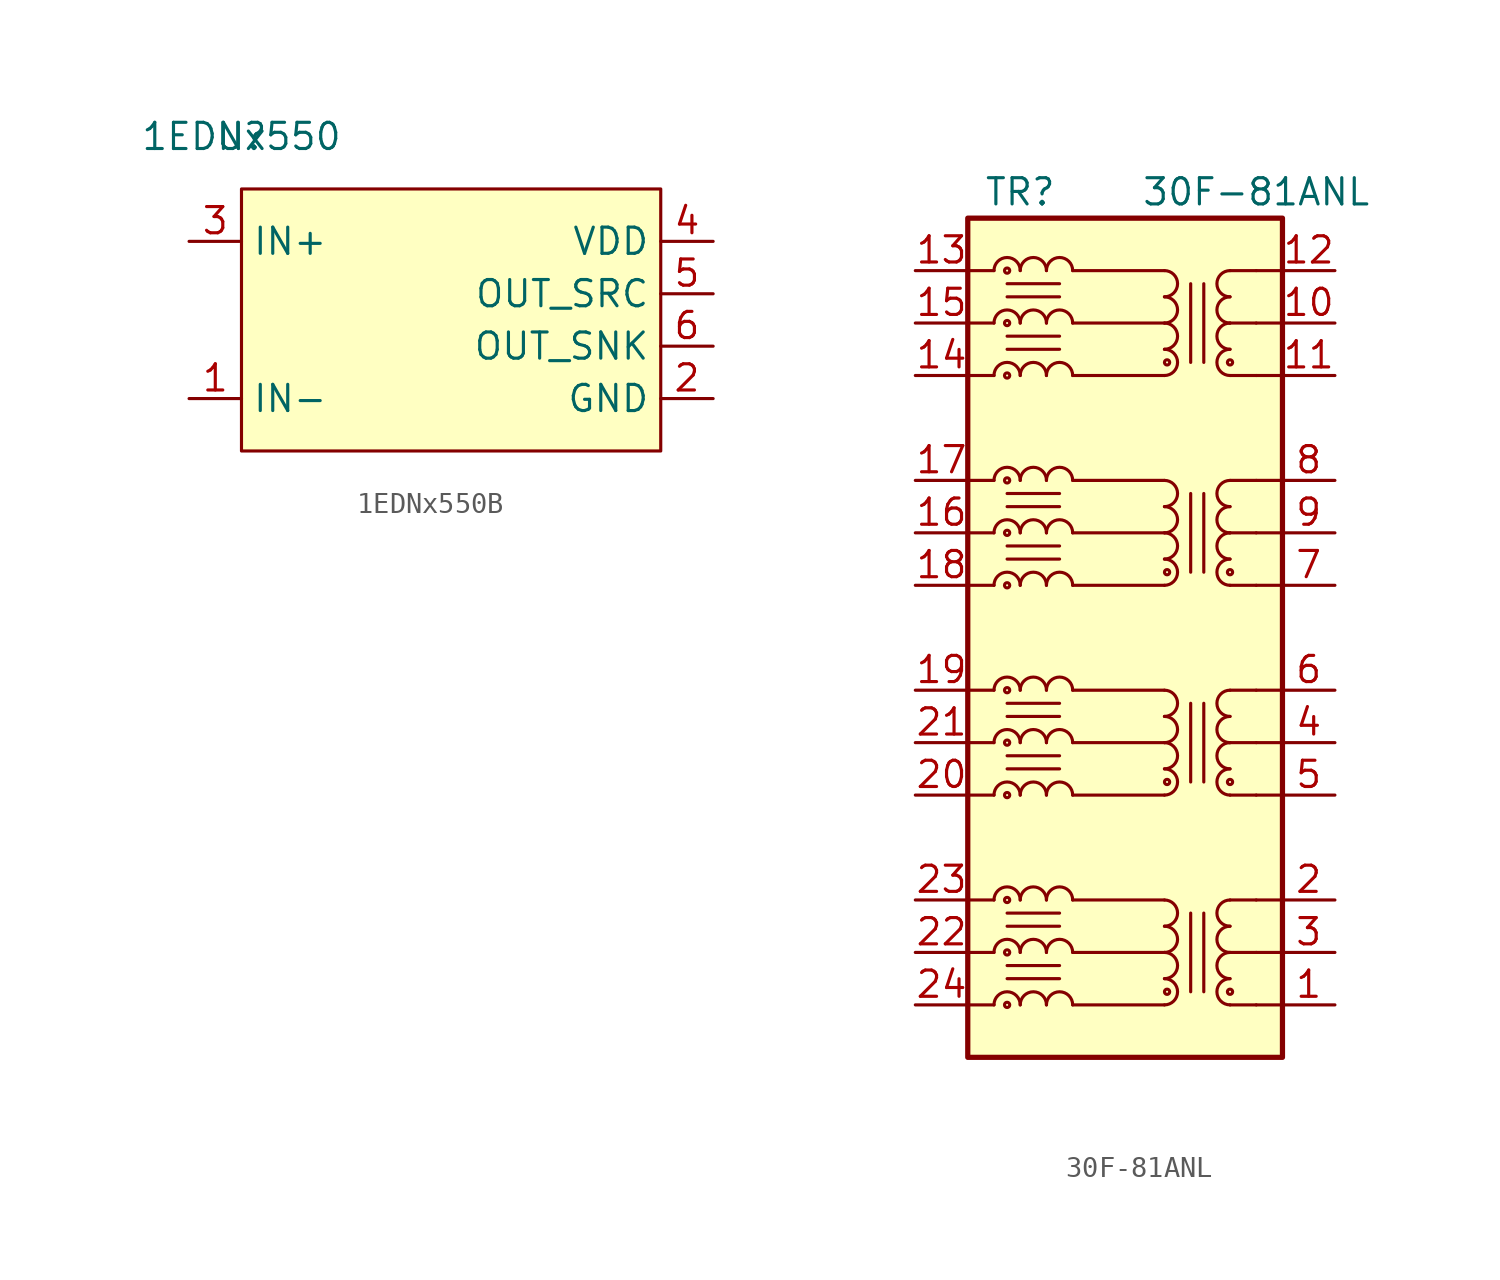
<source format=kicad_sym>
(kicad_symbol_lib
  (version 20231120)
  (generator "kicad_symbol_editor")
  (generator_version "8.0")
  (symbol "1EDNx550B"
    (property "Reference" "U"
      (at 0 0 0)
      (effects (font (size 1.27 1.27))))
    (property "Value" "1EDNx550"
      (at 0 0 0)
      (effects (font (size 1.27 1.27))))
    (symbol "1EDNx550B_0_1"
      (rectangle (start 0 -2.54) (end 20.32 -15.24) (stroke (width 0) (type default)) (fill (type background))))
    (symbol "1EDNx550B_1_1"
      (pin input line (at -2.54 -12.7 0) (length 2.54) (name "IN-" (effects (font (size 1.27 1.27)))) (number "1" (effects (font (size 1.27 1.27)))))
      (pin passive line (at 22.86 -12.7 180) (length 2.54) (name "GND" (effects (font (size 1.27 1.27)))) (number "2" (effects (font (size 1.27 1.27)))))
      (pin input line (at -2.54 -5.08 0) (length 2.54) (name "IN+" (effects (font (size 1.27 1.27)))) (number "3" (effects (font (size 1.27 1.27)))))
      (pin power_in line (at 22.86 -5.08 180) (length 2.54) (name "VDD" (effects (font (size 1.27 1.27)))) (number "4" (effects (font (size 1.27 1.27)))))
      (pin output line (at 22.86 -7.62 180) (length 2.54) (name "OUT_SRC" (effects (font (size 1.27 1.27)))) (number "5" (effects (font (size 1.27 1.27)))))
      (pin output line (at 22.86 -10.16 180) (length 2.54) (name "OUT_SNK" (effects (font (size 1.27 1.27)))) (number "6" (effects (font (size 1.27 1.27)))))))
  (symbol "30F-81ANL"
    (pin_names hide)
    (property "Reference" "TR"
      (at -5.08 21.59 0)
      (effects (font (size 1.27 1.27))))
    (property "Value" "30F-81ANL"
      (at 6.35 21.59 0)
      (effects (font (size 1.27 1.27))))
    (symbol "30F-81ANL_0_1"
      (polyline (pts (xy -2.54 -17.78) (xy 1.905 -17.78)) (stroke (width 0) (type default)) (fill (type none)))
      (polyline (pts (xy -2.54 -15.24) (xy 1.905 -15.24)) (stroke (width 0) (type default)) (fill (type none)))
      (polyline (pts (xy -2.54 -12.7) (xy 1.905 -12.7)) (stroke (width 0) (type default)) (fill (type none)))
      (polyline (pts (xy -2.54 -7.62) (xy 1.905 -7.62)) (stroke (width 0) (type default)) (fill (type none)))
      (polyline (pts (xy -2.54 -5.08) (xy 1.905 -5.08)) (stroke (width 0) (type default)) (fill (type none)))
      (polyline (pts (xy -2.54 -2.54) (xy 1.905 -2.54)) (stroke (width 0) (type default)) (fill (type none)))
      (polyline (pts (xy -2.54 2.54) (xy 1.905 2.54)) (stroke (width 0) (type default)) (fill (type none)))
      (polyline (pts (xy -2.54 5.08) (xy 1.905 5.08)) (stroke (width 0) (type default)) (fill (type none)))
      (polyline (pts (xy -2.54 7.62) (xy 1.905 7.62)) (stroke (width 0) (type default)) (fill (type none)))
      (polyline (pts (xy -2.54 12.7) (xy 1.905 12.7)) (stroke (width 0) (type default)) (fill (type none)))
      (polyline (pts (xy -2.54 15.24) (xy 1.905 15.24)) (stroke (width 0) (type default)) (fill (type none)))
      (polyline (pts (xy -2.54 17.78) (xy 1.905 17.78)) (stroke (width 0) (type default)) (fill (type none)))
      (polyline (pts (xy 7.62 -17.78) (xy 6.35 -17.78)) (stroke (width 0) (type default)) (fill (type none)))
      (polyline (pts (xy 7.62 -15.24) (xy 6.35 -15.24)) (stroke (width 0) (type default)) (fill (type none)))
      (polyline (pts (xy 7.62 -12.7) (xy 6.35 -12.7)) (stroke (width 0) (type default)) (fill (type none)))
      (rectangle (start 7.62 20.32) (end -7.62 -20.32) (stroke (width 0.254) (type default)) (fill (type background)))
      (pin passive line (at 10.16 -17.78 180) (length 2.54) (name "TX1+" (effects (font (size 1.27 1.27)))) (number "1" (effects (font (size 1.27 1.27)))))
      (pin passive line (at 10.16 15.24 180) (length 2.54) (name "TCT4" (effects (font (size 1.27 1.27)))) (number "10" (effects (font (size 1.27 1.27)))))
      (pin passive line (at 10.16 12.7 180) (length 2.54) (name "TX4+" (effects (font (size 1.27 1.27)))) (number "11" (effects (font (size 1.27 1.27)))))
      (pin passive line (at 10.16 17.78 180) (length 2.54) (name "TX4-" (effects (font (size 1.27 1.27)))) (number "12" (effects (font (size 1.27 1.27)))))
      (pin passive line (at -10.16 17.78 0) (length 2.54) (name "TD4-" (effects (font (size 1.27 1.27)))) (number "13" (effects (font (size 1.27 1.27)))))
      (pin passive line (at -10.16 12.7 0) (length 2.54) (name "TD4+" (effects (font (size 1.27 1.27)))) (number "14" (effects (font (size 1.27 1.27)))))
      (pin passive line (at -10.16 15.24 0) (length 2.54) (name "CT4" (effects (font (size 1.27 1.27)))) (number "15" (effects (font (size 1.27 1.27)))))
      (pin passive line (at -10.16 5.08 0) (length 2.54) (name "CT3" (effects (font (size 1.27 1.27)))) (number "16" (effects (font (size 1.27 1.27)))))
      (pin passive line (at -10.16 7.62 0) (length 2.54) (name "TD3-" (effects (font (size 1.27 1.27)))) (number "17" (effects (font (size 1.27 1.27)))))
      (pin passive line (at -10.16 2.54 0) (length 2.54) (name "TD3+" (effects (font (size 1.27 1.27)))) (number "18" (effects (font (size 1.27 1.27)))))
      (pin passive line (at -10.16 -2.54 0) (length 2.54) (name "TD2-" (effects (font (size 1.27 1.27)))) (number "19" (effects (font (size 1.27 1.27)))))
      (pin passive line (at 10.16 -12.7 180) (length 2.54) (name "TX1-" (effects (font (size 1.27 1.27)))) (number "2" (effects (font (size 1.27 1.27)))))
      (pin passive line (at -10.16 -7.62 0) (length 2.54) (name "TD2+" (effects (font (size 1.27 1.27)))) (number "20" (effects (font (size 1.27 1.27)))))
      (pin passive line (at -10.16 -5.08 0) (length 2.54) (name "CT2" (effects (font (size 1.27 1.27)))) (number "21" (effects (font (size 1.27 1.27)))))
      (pin passive line (at -10.16 -15.24 0) (length 2.54) (name "TC1" (effects (font (size 1.27 1.27)))) (number "22" (effects (font (size 1.27 1.27)))))
      (pin passive line (at -10.16 -12.7 0) (length 2.54) (name "TD1-" (effects (font (size 1.27 1.27)))) (number "23" (effects (font (size 1.27 1.27)))))
      (pin passive line (at -10.16 -17.78 0) (length 2.54) (name "TD1+" (effects (font (size 1.27 1.27)))) (number "24" (effects (font (size 1.27 1.27)))))
      (pin passive line (at 10.16 -15.24 180) (length 2.54) (name "TCT1" (effects (font (size 1.27 1.27)))) (number "3" (effects (font (size 1.27 1.27)))))
      (pin passive line (at 10.16 -5.08 180) (length 2.54) (name "TCT2" (effects (font (size 1.27 1.27)))) (number "4" (effects (font (size 1.27 1.27)))))
      (pin passive line (at 10.16 -7.62 180) (length 2.54) (name "TX2+" (effects (font (size 1.27 1.27)))) (number "5" (effects (font (size 1.27 1.27)))))
      (pin passive line (at 10.16 -2.54 180) (length 2.54) (name "TX2-" (effects (font (size 1.27 1.27)))) (number "6" (effects (font (size 1.27 1.27)))))
      (pin passive line (at 10.16 2.54 180) (length 2.54) (name "TX3+" (effects (font (size 1.27 1.27)))) (number "7" (effects (font (size 1.27 1.27)))))
      (pin passive line (at 10.16 7.62 180) (length 2.54) (name "TX3-" (effects (font (size 1.27 1.27)))) (number "8" (effects (font (size 1.27 1.27)))))
      (pin passive line (at 10.16 5.08 180) (length 2.54) (name "TCT3" (effects (font (size 1.27 1.27)))) (number "9" (effects (font (size 1.27 1.27))))))
    (symbol "30F-81ANL_1_1"
      (circle (center -5.715 -17.78) (radius 0.127) (stroke (width 0) (type default)) (fill (type none)))
      (circle (center -5.715 -15.24) (radius 0.127) (stroke (width 0) (type default)) (fill (type none)))
      (circle (center -5.715 -12.7) (radius 0.127) (stroke (width 0) (type default)) (fill (type none)))
      (circle (center -5.715 -7.62) (radius 0.127) (stroke (width 0) (type default)) (fill (type none)))
      (circle (center -5.715 -5.08) (radius 0.127) (stroke (width 0) (type default)) (fill (type none)))
      (circle (center -5.715 -2.54) (radius 0.127) (stroke (width 0) (type default)) (fill (type none)))
      (circle (center -5.715 2.54) (radius 0.127) (stroke (width 0) (type default)) (fill (type none)))
      (circle (center -5.715 5.08) (radius 0.127) (stroke (width 0) (type default)) (fill (type none)))
      (circle (center -5.715 7.62) (radius 0.127) (stroke (width 0) (type default)) (fill (type none)))
      (circle (center -5.715 12.7) (radius 0.127) (stroke (width 0) (type default)) (fill (type none)))
      (circle (center -5.715 15.24) (radius 0.127) (stroke (width 0) (type default)) (fill (type none)))
      (circle (center -5.715 17.78) (radius 0.127) (stroke (width 0) (type default)) (fill (type none)))
      (arc (start -5.08 -17.78) (mid -5.715 -17.1477) (end -6.35 -17.78) (stroke (width 0) (type default)) (fill (type none)))
      (arc (start -5.08 -15.24) (mid -5.715 -14.6077) (end -6.35 -15.24) (stroke (width 0) (type default)) (fill (type none)))
      (arc (start -5.08 -12.7) (mid -5.715 -12.0677) (end -6.35 -12.7) (stroke (width 0) (type default)) (fill (type none)))
      (arc (start -5.08 -7.62) (mid -5.715 -6.9877) (end -6.35 -7.62) (stroke (width 0) (type default)) (fill (type none)))
      (arc (start -5.08 -5.08) (mid -5.715 -4.4477) (end -6.35 -5.08) (stroke (width 0) (type default)) (fill (type none)))
      (arc (start -5.08 -2.54) (mid -5.715 -1.9077) (end -6.35 -2.54) (stroke (width 0) (type default)) (fill (type none)))
      (arc (start -5.08 2.54) (mid -5.715 3.1723) (end -6.35 2.54) (stroke (width 0) (type default)) (fill (type none)))
      (arc (start -5.08 5.08) (mid -5.715 5.7123) (end -6.35 5.08) (stroke (width 0) (type default)) (fill (type none)))
      (arc (start -5.08 7.62) (mid -5.715 8.2523) (end -6.35 7.62) (stroke (width 0) (type default)) (fill (type none)))
      (arc (start -5.08 12.7) (mid -5.715 13.3323) (end -6.35 12.7) (stroke (width 0) (type default)) (fill (type none)))
      (arc (start -5.08 15.24) (mid -5.715 15.8723) (end -6.35 15.24) (stroke (width 0) (type default)) (fill (type none)))
      (arc (start -5.08 17.78) (mid -5.715 18.4123) (end -6.35 17.78) (stroke (width 0) (type default)) (fill (type none)))
      (arc (start -3.81 -17.78) (mid -4.445 -17.1477) (end -5.08 -17.78) (stroke (width 0) (type default)) (fill (type none)))
      (arc (start -3.81 -15.24) (mid -4.445 -14.6077) (end -5.08 -15.24) (stroke (width 0) (type default)) (fill (type none)))
      (arc (start -3.81 -12.7) (mid -4.445 -12.0677) (end -5.08 -12.7) (stroke (width 0) (type default)) (fill (type none)))
      (arc (start -3.81 -7.62) (mid -4.445 -6.9877) (end -5.08 -7.62) (stroke (width 0) (type default)) (fill (type none)))
      (arc (start -3.81 -5.08) (mid -4.445 -4.4477) (end -5.08 -5.08) (stroke (width 0) (type default)) (fill (type none)))
      (arc (start -3.81 -2.54) (mid -4.445 -1.9077) (end -5.08 -2.54) (stroke (width 0) (type default)) (fill (type none)))
      (arc (start -3.81 2.54) (mid -4.445 3.1723) (end -5.08 2.54) (stroke (width 0) (type default)) (fill (type none)))
      (arc (start -3.81 5.08) (mid -4.445 5.7123) (end -5.08 5.08) (stroke (width 0) (type default)) (fill (type none)))
      (arc (start -3.81 7.62) (mid -4.445 8.2523) (end -5.08 7.62) (stroke (width 0) (type default)) (fill (type none)))
      (arc (start -3.81 12.7) (mid -4.445 13.3323) (end -5.08 12.7) (stroke (width 0) (type default)) (fill (type none)))
      (arc (start -3.81 15.24) (mid -4.445 15.8723) (end -5.08 15.24) (stroke (width 0) (type default)) (fill (type none)))
      (arc (start -3.81 17.78) (mid -4.445 18.4123) (end -5.08 17.78) (stroke (width 0) (type default)) (fill (type none)))
      (arc (start -2.54 -17.78) (mid -3.175 -17.1477) (end -3.81 -17.78) (stroke (width 0) (type default)) (fill (type none)))
      (arc (start -2.54 -15.24) (mid -3.175 -14.6077) (end -3.81 -15.24) (stroke (width 0) (type default)) (fill (type none)))
      (arc (start -2.54 -12.7) (mid -3.175 -12.0677) (end -3.81 -12.7) (stroke (width 0) (type default)) (fill (type none)))
      (arc (start -2.54 -7.62) (mid -3.175 -6.9877) (end -3.81 -7.62) (stroke (width 0) (type default)) (fill (type none)))
      (arc (start -2.54 -5.08) (mid -3.175 -4.4477) (end -3.81 -5.08) (stroke (width 0) (type default)) (fill (type none)))
      (arc (start -2.54 -2.54) (mid -3.175 -1.9077) (end -3.81 -2.54) (stroke (width 0) (type default)) (fill (type none)))
      (arc (start -2.54 2.54) (mid -3.175 3.1723) (end -3.81 2.54) (stroke (width 0) (type default)) (fill (type none)))
      (arc (start -2.54 5.08) (mid -3.175 5.7123) (end -3.81 5.08) (stroke (width 0) (type default)) (fill (type none)))
      (arc (start -2.54 7.62) (mid -3.175 8.2523) (end -3.81 7.62) (stroke (width 0) (type default)) (fill (type none)))
      (arc (start -2.54 12.7) (mid -3.175 13.3323) (end -3.81 12.7) (stroke (width 0) (type default)) (fill (type none)))
      (arc (start -2.54 15.24) (mid -3.175 15.8723) (end -3.81 15.24) (stroke (width 0) (type default)) (fill (type none)))
      (arc (start -2.54 17.78) (mid -3.175 18.4123) (end -3.81 17.78) (stroke (width 0) (type default)) (fill (type none)))
      (polyline (pts (xy -7.62 -17.78) (xy -6.35 -17.78)) (stroke (width 0) (type default)) (fill (type none)))
      (polyline (pts (xy -7.62 -15.24) (xy -6.35 -15.24)) (stroke (width 0) (type default)) (fill (type none)))
      (polyline (pts (xy -7.62 -12.7) (xy -6.35 -12.7)) (stroke (width 0) (type default)) (fill (type none)))
      (polyline (pts (xy -7.62 -7.62) (xy -6.35 -7.62)) (stroke (width 0) (type default)) (fill (type none)))
      (polyline (pts (xy -7.62 -5.08) (xy -6.35 -5.08)) (stroke (width 0) (type default)) (fill (type none)))
      (polyline (pts (xy -7.62 -2.54) (xy -6.35 -2.54)) (stroke (width 0) (type default)) (fill (type none)))
      (polyline (pts (xy -7.62 2.54) (xy -6.35 2.54)) (stroke (width 0) (type default)) (fill (type none)))
      (polyline (pts (xy -7.62 5.08) (xy -6.35 5.08)) (stroke (width 0) (type default)) (fill (type none)))
      (polyline (pts (xy -7.62 7.62) (xy -6.35 7.62)) (stroke (width 0) (type default)) (fill (type none)))
      (polyline (pts (xy -7.62 12.7) (xy -6.35 12.7)) (stroke (width 0) (type default)) (fill (type none)))
      (polyline (pts (xy -7.62 15.24) (xy -6.35 15.24)) (stroke (width 0) (type default)) (fill (type none)))
      (polyline (pts (xy -7.62 17.78) (xy -6.35 17.78)) (stroke (width 0) (type default)) (fill (type none)))
      (polyline (pts (xy -5.715 -16.51) (xy -3.175 -16.51)) (stroke (width 0) (type default)) (fill (type none)))
      (polyline (pts (xy -5.715 -15.875) (xy -3.175 -15.875)) (stroke (width 0) (type default)) (fill (type none)))
      (polyline (pts (xy -5.715 -13.97) (xy -3.175 -13.97)) (stroke (width 0) (type default)) (fill (type none)))
      (polyline (pts (xy -5.715 -13.335) (xy -3.175 -13.335)) (stroke (width 0) (type default)) (fill (type none)))
      (polyline (pts (xy -5.715 -6.35) (xy -3.175 -6.35)) (stroke (width 0) (type default)) (fill (type none)))
      (polyline (pts (xy -5.715 -5.715) (xy -3.175 -5.715)) (stroke (width 0) (type default)) (fill (type none)))
      (polyline (pts (xy -5.715 -3.81) (xy -3.175 -3.81)) (stroke (width 0) (type default)) (fill (type none)))
      (polyline (pts (xy -5.715 -3.175) (xy -3.175 -3.175)) (stroke (width 0) (type default)) (fill (type none)))
      (polyline (pts (xy -5.715 3.81) (xy -3.175 3.81)) (stroke (width 0) (type default)) (fill (type none)))
      (polyline (pts (xy -5.715 4.445) (xy -3.175 4.445)) (stroke (width 0) (type default)) (fill (type none)))
      (polyline (pts (xy -5.715 6.35) (xy -3.175 6.35)) (stroke (width 0) (type default)) (fill (type none)))
      (polyline (pts (xy -5.715 6.985) (xy -3.175 6.985)) (stroke (width 0) (type default)) (fill (type none)))
      (polyline (pts (xy -5.715 13.97) (xy -3.175 13.97)) (stroke (width 0) (type default)) (fill (type none)))
      (polyline (pts (xy -5.715 14.605) (xy -3.175 14.605)) (stroke (width 0) (type default)) (fill (type none)))
      (polyline (pts (xy -5.715 16.51) (xy -3.175 16.51)) (stroke (width 0) (type default)) (fill (type none)))
      (polyline (pts (xy -5.715 17.145) (xy -3.175 17.145)) (stroke (width 0) (type default)) (fill (type none)))
      (polyline (pts (xy 3.175 -13.335) (xy 3.175 -17.145)) (stroke (width 0) (type default)) (fill (type none)))
      (polyline (pts (xy 3.175 -3.175) (xy 3.175 -6.985)) (stroke (width 0) (type default)) (fill (type none)))
      (polyline (pts (xy 3.175 6.985) (xy 3.175 3.175)) (stroke (width 0) (type default)) (fill (type none)))
      (polyline (pts (xy 3.175 17.145) (xy 3.175 13.335)) (stroke (width 0) (type default)) (fill (type none)))
      (polyline (pts (xy 3.81 -13.335) (xy 3.81 -17.145)) (stroke (width 0) (type default)) (fill (type none)))
      (polyline (pts (xy 3.81 -3.175) (xy 3.81 -6.985)) (stroke (width 0) (type default)) (fill (type none)))
      (polyline (pts (xy 3.81 6.985) (xy 3.81 3.175)) (stroke (width 0) (type default)) (fill (type none)))
      (polyline (pts (xy 3.81 17.145) (xy 3.81 13.335)) (stroke (width 0) (type default)) (fill (type none)))
      (polyline (pts (xy 6.35 -17.78) (xy 5.08 -17.78)) (stroke (width 0) (type default)) (fill (type none)))
      (polyline (pts (xy 6.35 -15.24) (xy 5.08 -15.24)) (stroke (width 0) (type default)) (fill (type none)))
      (polyline (pts (xy 6.35 -12.7) (xy 5.08 -12.7)) (stroke (width 0) (type default)) (fill (type none)))
      (polyline (pts (xy 6.35 -7.62) (xy 5.08 -7.62)) (stroke (width 0) (type default)) (fill (type none)))
      (polyline (pts (xy 6.35 -5.08) (xy 5.08 -5.08)) (stroke (width 0) (type default)) (fill (type none)))
      (polyline (pts (xy 6.35 -2.54) (xy 5.08 -2.54)) (stroke (width 0) (type default)) (fill (type none)))
      (polyline (pts (xy 6.35 2.54) (xy 5.08 2.54)) (stroke (width 0) (type default)) (fill (type none)))
      (polyline (pts (xy 6.35 5.08) (xy 5.08 5.08)) (stroke (width 0) (type default)) (fill (type none)))
      (polyline (pts (xy 6.35 7.62) (xy 5.08 7.62)) (stroke (width 0) (type default)) (fill (type none)))
      (polyline (pts (xy 6.35 12.7) (xy 5.08 12.7)) (stroke (width 0) (type default)) (fill (type none)))
      (polyline (pts (xy 6.35 15.24) (xy 5.08 15.24)) (stroke (width 0) (type default)) (fill (type none)))
      (polyline (pts (xy 6.35 17.78) (xy 5.08 17.78)) (stroke (width 0) (type default)) (fill (type none)))
      (polyline (pts (xy 7.62 -7.62) (xy 6.35 -7.62)) (stroke (width 0) (type default)) (fill (type none)))
      (polyline (pts (xy 7.62 -5.08) (xy 6.35 -5.08)) (stroke (width 0) (type default)) (fill (type none)))
      (polyline (pts (xy 7.62 -2.54) (xy 6.35 -2.54)) (stroke (width 0) (type default)) (fill (type none)))
      (polyline (pts (xy 7.62 2.54) (xy 6.35 2.54)) (stroke (width 0) (type default)) (fill (type none)))
      (polyline (pts (xy 7.62 5.08) (xy 6.35 5.08)) (stroke (width 0) (type default)) (fill (type none)))
      (polyline (pts (xy 7.62 7.62) (xy 6.35 7.62)) (stroke (width 0) (type default)) (fill (type none)))
      (polyline (pts (xy 7.62 12.7) (xy 6.35 12.7)) (stroke (width 0) (type default)) (fill (type none)))
      (polyline (pts (xy 7.62 15.24) (xy 6.35 15.24)) (stroke (width 0) (type default)) (fill (type none)))
      (polyline (pts (xy 7.62 17.78) (xy 6.35 17.78)) (stroke (width 0) (type default)) (fill (type none)))
      (arc (start 1.905 -17.78) (mid 2.5373 -17.145) (end 1.905 -16.51) (stroke (width 0) (type default)) (fill (type none)))
      (arc (start 1.905 -16.51) (mid 2.5373 -15.875) (end 1.905 -15.24) (stroke (width 0) (type default)) (fill (type none)))
      (arc (start 1.905 -15.24) (mid 2.5373 -14.605) (end 1.905 -13.97) (stroke (width 0) (type default)) (fill (type none)))
      (arc (start 1.905 -13.97) (mid 2.5373 -13.335) (end 1.905 -12.7) (stroke (width 0) (type default)) (fill (type none)))
      (arc (start 1.905 -7.62) (mid 2.5373 -6.985) (end 1.905 -6.35) (stroke (width 0) (type default)) (fill (type none)))
      (arc (start 1.905 -6.35) (mid 2.5373 -5.715) (end 1.905 -5.08) (stroke (width 0) (type default)) (fill (type none)))
      (arc (start 1.905 -5.08) (mid 2.5373 -4.445) (end 1.905 -3.81) (stroke (width 0) (type default)) (fill (type none)))
      (arc (start 1.905 -3.81) (mid 2.5373 -3.175) (end 1.905 -2.54) (stroke (width 0) (type default)) (fill (type none)))
      (arc (start 1.905 2.54) (mid 2.5373 3.175) (end 1.905 3.81) (stroke (width 0) (type default)) (fill (type none)))
      (arc (start 1.905 3.81) (mid 2.5373 4.445) (end 1.905 5.08) (stroke (width 0) (type default)) (fill (type none)))
      (arc (start 1.905 5.08) (mid 2.5373 5.715) (end 1.905 6.35) (stroke (width 0) (type default)) (fill (type none)))
      (arc (start 1.905 6.35) (mid 2.5373 6.985) (end 1.905 7.62) (stroke (width 0) (type default)) (fill (type none)))
      (arc (start 1.905 12.7) (mid 2.5373 13.335) (end 1.905 13.97) (stroke (width 0) (type default)) (fill (type none)))
      (arc (start 1.905 13.97) (mid 2.5373 14.605) (end 1.905 15.24) (stroke (width 0) (type default)) (fill (type none)))
      (arc (start 1.905 15.24) (mid 2.5373 15.875) (end 1.905 16.51) (stroke (width 0) (type default)) (fill (type none)))
      (arc (start 1.905 16.51) (mid 2.5373 17.145) (end 1.905 17.78) (stroke (width 0) (type default)) (fill (type none)))
      (circle (center 2.032 -17.145) (radius 0.127) (stroke (width 0) (type default)) (fill (type none)))
      (circle (center 2.032 -6.985) (radius 0.127) (stroke (width 0) (type default)) (fill (type none)))
      (circle (center 2.032 3.175) (radius 0.127) (stroke (width 0) (type default)) (fill (type none)))
      (circle (center 2.032 13.335) (radius 0.127) (stroke (width 0) (type default)) (fill (type none)))
      (circle (center 5.08 -17.145) (radius 0.127) (stroke (width 0) (type default)) (fill (type none)))
      (arc (start 5.08 -16.51) (mid 4.4477 -17.145) (end 5.08 -17.78) (stroke (width 0) (type default)) (fill (type none)))
      (arc (start 5.08 -15.24) (mid 4.4477 -15.875) (end 5.08 -16.51) (stroke (width 0) (type default)) (fill (type none)))
      (arc (start 5.08 -13.97) (mid 4.4477 -14.605) (end 5.08 -15.24) (stroke (width 0) (type default)) (fill (type none)))
      (arc (start 5.08 -12.7) (mid 4.4477 -13.335) (end 5.08 -13.97) (stroke (width 0) (type default)) (fill (type none)))
      (circle (center 5.08 -6.985) (radius 0.127) (stroke (width 0) (type default)) (fill (type none)))
      (arc (start 5.08 -6.35) (mid 4.4477 -6.985) (end 5.08 -7.62) (stroke (width 0) (type default)) (fill (type none)))
      (arc (start 5.08 -5.08) (mid 4.4477 -5.715) (end 5.08 -6.35) (stroke (width 0) (type default)) (fill (type none)))
      (arc (start 5.08 -3.81) (mid 4.4477 -4.445) (end 5.08 -5.08) (stroke (width 0) (type default)) (fill (type none)))
      (arc (start 5.08 -2.54) (mid 4.4477 -3.175) (end 5.08 -3.81) (stroke (width 0) (type default)) (fill (type none)))
      (circle (center 5.08 3.175) (radius 0.127) (stroke (width 0) (type default)) (fill (type none)))
      (arc (start 5.08 3.81) (mid 4.4477 3.175) (end 5.08 2.54) (stroke (width 0) (type default)) (fill (type none)))
      (arc (start 5.08 5.08) (mid 4.4477 4.445) (end 5.08 3.81) (stroke (width 0) (type default)) (fill (type none)))
      (arc (start 5.08 6.35) (mid 4.4477 5.715) (end 5.08 5.08) (stroke (width 0) (type default)) (fill (type none)))
      (arc (start 5.08 7.62) (mid 4.4477 6.985) (end 5.08 6.35) (stroke (width 0) (type default)) (fill (type none)))
      (circle (center 5.08 13.335) (radius 0.127) (stroke (width 0) (type default)) (fill (type none)))
      (arc (start 5.08 13.97) (mid 4.4477 13.335) (end 5.08 12.7) (stroke (width 0) (type default)) (fill (type none)))
      (arc (start 5.08 15.24) (mid 4.4477 14.605) (end 5.08 13.97) (stroke (width 0) (type default)) (fill (type none)))
      (arc (start 5.08 16.51) (mid 4.4477 15.875) (end 5.08 15.24) (stroke (width 0) (type default)) (fill (type none)))
      (arc (start 5.08 17.78) (mid 4.4477 17.145) (end 5.08 16.51) (stroke (width 0) (type default)) (fill (type none))))))
</source>
